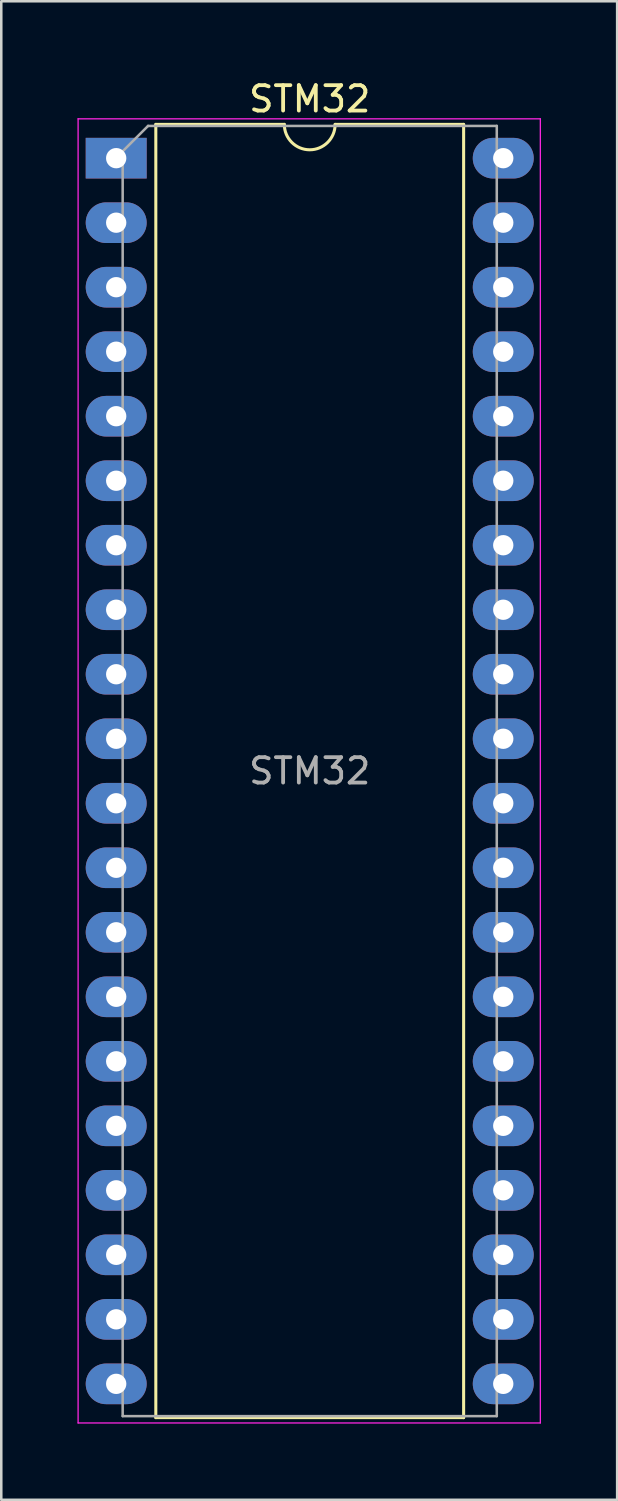
<source format=kicad_pcb>
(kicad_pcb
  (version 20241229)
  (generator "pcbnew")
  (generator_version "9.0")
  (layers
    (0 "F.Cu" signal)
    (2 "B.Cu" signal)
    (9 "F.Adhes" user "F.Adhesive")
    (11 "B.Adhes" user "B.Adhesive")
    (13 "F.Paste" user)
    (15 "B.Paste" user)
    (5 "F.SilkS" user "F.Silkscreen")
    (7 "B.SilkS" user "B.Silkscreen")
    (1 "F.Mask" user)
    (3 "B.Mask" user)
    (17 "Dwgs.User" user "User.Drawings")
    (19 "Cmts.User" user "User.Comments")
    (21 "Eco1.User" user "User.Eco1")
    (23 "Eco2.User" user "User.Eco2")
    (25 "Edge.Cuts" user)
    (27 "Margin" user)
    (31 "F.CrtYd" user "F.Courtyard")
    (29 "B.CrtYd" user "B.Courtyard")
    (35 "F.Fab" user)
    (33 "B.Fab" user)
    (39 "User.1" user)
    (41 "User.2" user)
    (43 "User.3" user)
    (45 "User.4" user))
  (footprint "STM32"
    (layer "F.Cu")
    (at 1.525 3.178)
    (property "Reference" "STM32" (at 7.62 -2.33 0) (layer "F.SilkS") (effects (font (size 1 1) (thickness 0.15))))
    (attr through_hole)
    (fp_line (start 1.56 -1.33) (end 1.56 49.59) (stroke (width 0.12) (type solid)) (layer "F.SilkS"))
    (fp_line (start 1.56 49.59) (end 13.68 49.59) (stroke (width 0.12) (type solid)) (layer "F.SilkS"))
    (fp_line (start 6.62 -1.33) (end 1.56 -1.33) (stroke (width 0.12) (type solid)) (layer "F.SilkS"))
    (fp_line (start 13.68 -1.33) (end 8.62 -1.33) (stroke (width 0.12) (type solid)) (layer "F.SilkS"))
    (fp_line (start 13.68 49.59) (end 13.68 -1.33) (stroke (width 0.12) (type solid)) (layer "F.SilkS"))
    (fp_arc (start 8.62 -1.33) (mid 7.62 -0.33) (end 6.62 -1.33) (stroke (width 0.12) (type solid)) (layer "F.SilkS"))
    (fp_line (start -1.5 -1.55) (end -1.5 49.8) (stroke (width 0.05) (type solid)) (layer "F.CrtYd"))
    (fp_line (start -1.5 49.8) (end 16.7 49.8) (stroke (width 0.05) (type solid)) (layer "F.CrtYd"))
    (fp_line (start 16.7 -1.55) (end -1.5 -1.55) (stroke (width 0.05) (type solid)) (layer "F.CrtYd"))
    (fp_line (start 16.7 49.8) (end 16.7 -1.55) (stroke (width 0.05) (type solid)) (layer "F.CrtYd"))
    (fp_line (start 0.255 -0.27) (end 1.255 -1.27) (stroke (width 0.1) (type solid)) (layer "F.Fab"))
    (fp_line (start 0.255 49.53) (end 0.255 -0.27) (stroke (width 0.1) (type solid)) (layer "F.Fab"))
    (fp_line (start 1.255 -1.27) (end 14.985 -1.27) (stroke (width 0.1) (type solid)) (layer "F.Fab"))
    (fp_line (start 14.985 -1.27) (end 14.985 49.53) (stroke (width 0.1) (type solid)) (layer "F.Fab"))
    (fp_line (start 14.985 49.53) (end 0.255 49.53) (stroke (width 0.1) (type solid)) (layer "F.Fab"))
    (fp_text user "${REFERENCE}" (at 7.62 24.13 0) (layer "F.Fab") (effects (font (size 1 1) (thickness 0.15))))
    (pad "1" thru_hole rect (at 0 0) (size 2.4 1.6) (drill 0.8) (layers "*.Cu" "*.Mask"))
    (pad "2" thru_hole oval (at 0 2.54) (size 2.4 1.6) (drill 0.8) (layers "*.Cu" "*.Mask"))
    (pad "3" thru_hole oval (at 0 5.08) (size 2.4 1.6) (drill 0.8) (layers "*.Cu" "*.Mask"))
    (pad "4" thru_hole oval (at 0 7.62) (size 2.4 1.6) (drill 0.8) (layers "*.Cu" "*.Mask"))
    (pad "5" thru_hole oval (at 0 10.16) (size 2.4 1.6) (drill 0.8) (layers "*.Cu" "*.Mask"))
    (pad "6" thru_hole oval (at 0 12.7) (size 2.4 1.6) (drill 0.8) (layers "*.Cu" "*.Mask"))
    (pad "7" thru_hole oval (at 0 15.24) (size 2.4 1.6) (drill 0.8) (layers "*.Cu" "*.Mask"))
    (pad "8" thru_hole oval (at 0 17.78) (size 2.4 1.6) (drill 0.8) (layers "*.Cu" "*.Mask"))
    (pad "9" thru_hole oval (at 0 20.32) (size 2.4 1.6) (drill 0.8) (layers "*.Cu" "*.Mask"))
    (pad "10" thru_hole oval (at 0 22.86) (size 2.4 1.6) (drill 0.8) (layers "*.Cu" "*.Mask"))
    (pad "11" thru_hole oval (at 0 25.4) (size 2.4 1.6) (drill 0.8) (layers "*.Cu" "*.Mask"))
    (pad "12" thru_hole oval (at 0 27.94) (size 2.4 1.6) (drill 0.8) (layers "*.Cu" "*.Mask"))
    (pad "13" thru_hole oval (at 0 30.48) (size 2.4 1.6) (drill 0.8) (layers "*.Cu" "*.Mask"))
    (pad "14" thru_hole oval (at 0 33.02) (size 2.4 1.6) (drill 0.8) (layers "*.Cu" "*.Mask"))
    (pad "15" thru_hole oval (at 0 35.56) (size 2.4 1.6) (drill 0.8) (layers "*.Cu" "*.Mask"))
    (pad "16" thru_hole oval (at 0 38.1) (size 2.4 1.6) (drill 0.8) (layers "*.Cu" "*.Mask"))
    (pad "17" thru_hole oval (at 0 40.64) (size 2.4 1.6) (drill 0.8) (layers "*.Cu" "*.Mask"))
    (pad "18" thru_hole oval (at 0 43.18) (size 2.4 1.6) (drill 0.8) (layers "*.Cu" "*.Mask"))
    (pad "19" thru_hole oval (at 0 45.72) (size 2.4 1.6) (drill 0.8) (layers "*.Cu" "*.Mask"))
    (pad "20" thru_hole oval (at 0 48.26) (size 2.4 1.6) (drill 0.8) (layers "*.Cu" "*.Mask"))
    (pad "21" thru_hole oval (at 15.24 48.26) (size 2.4 1.6) (drill 0.8) (layers "*.Cu" "*.Mask"))
    (pad "22" thru_hole oval (at 15.24 45.72) (size 2.4 1.6) (drill 0.8) (layers "*.Cu" "*.Mask"))
    (pad "23" thru_hole oval (at 15.24 43.18) (size 2.4 1.6) (drill 0.8) (layers "*.Cu" "*.Mask"))
    (pad "24" thru_hole oval (at 15.24 40.64) (size 2.4 1.6) (drill 0.8) (layers "*.Cu" "*.Mask"))
    (pad "25" thru_hole oval (at 15.24 38.1) (size 2.4 1.6) (drill 0.8) (layers "*.Cu" "*.Mask"))
    (pad "26" thru_hole oval (at 15.24 35.56) (size 2.4 1.6) (drill 0.8) (layers "*.Cu" "*.Mask"))
    (pad "27" thru_hole oval (at 15.24 33.02) (size 2.4 1.6) (drill 0.8) (layers "*.Cu" "*.Mask"))
    (pad "28" thru_hole oval (at 15.24 30.48) (size 2.4 1.6) (drill 0.8) (layers "*.Cu" "*.Mask"))
    (pad "29" thru_hole oval (at 15.24 27.94) (size 2.4 1.6) (drill 0.8) (layers "*.Cu" "*.Mask"))
    (pad "30" thru_hole oval (at 15.24 25.4) (size 2.4 1.6) (drill 0.8) (layers "*.Cu" "*.Mask"))
    (pad "31" thru_hole oval (at 15.24 22.86) (size 2.4 1.6) (drill 0.8) (layers "*.Cu" "*.Mask"))
    (pad "32" thru_hole oval (at 15.24 20.32) (size 2.4 1.6) (drill 0.8) (layers "*.Cu" "*.Mask"))
    (pad "33" thru_hole oval (at 15.24 17.78) (size 2.4 1.6) (drill 0.8) (layers "*.Cu" "*.Mask"))
    (pad "34" thru_hole oval (at 15.24 15.24) (size 2.4 1.6) (drill 0.8) (layers "*.Cu" "*.Mask"))
    (pad "35" thru_hole oval (at 15.24 12.7) (size 2.4 1.6) (drill 0.8) (layers "*.Cu" "*.Mask"))
    (pad "36" thru_hole oval (at 15.24 10.16) (size 2.4 1.6) (drill 0.8) (layers "*.Cu" "*.Mask"))
    (pad "37" thru_hole oval (at 15.24 7.62) (size 2.4 1.6) (drill 0.8) (layers "*.Cu" "*.Mask"))
    (pad "38" thru_hole oval (at 15.24 5.08) (size 2.4 1.6) (drill 0.8) (layers "*.Cu" "*.Mask"))
    (pad "39" thru_hole oval (at 15.24 2.54) (size 2.4 1.6) (drill 0.8) (layers "*.Cu" "*.Mask"))
    (pad "40" thru_hole oval (at 15.24 0) (size 2.4 1.6) (drill 0.8) (layers "*.Cu" "*.Mask")))
  (gr_rect
    (start -3 -3)
    (end 21.25 56.003)
    (stroke (width 0.1) (type default))
    (fill no)
    (layer "Edge.Cuts")))
</source>
